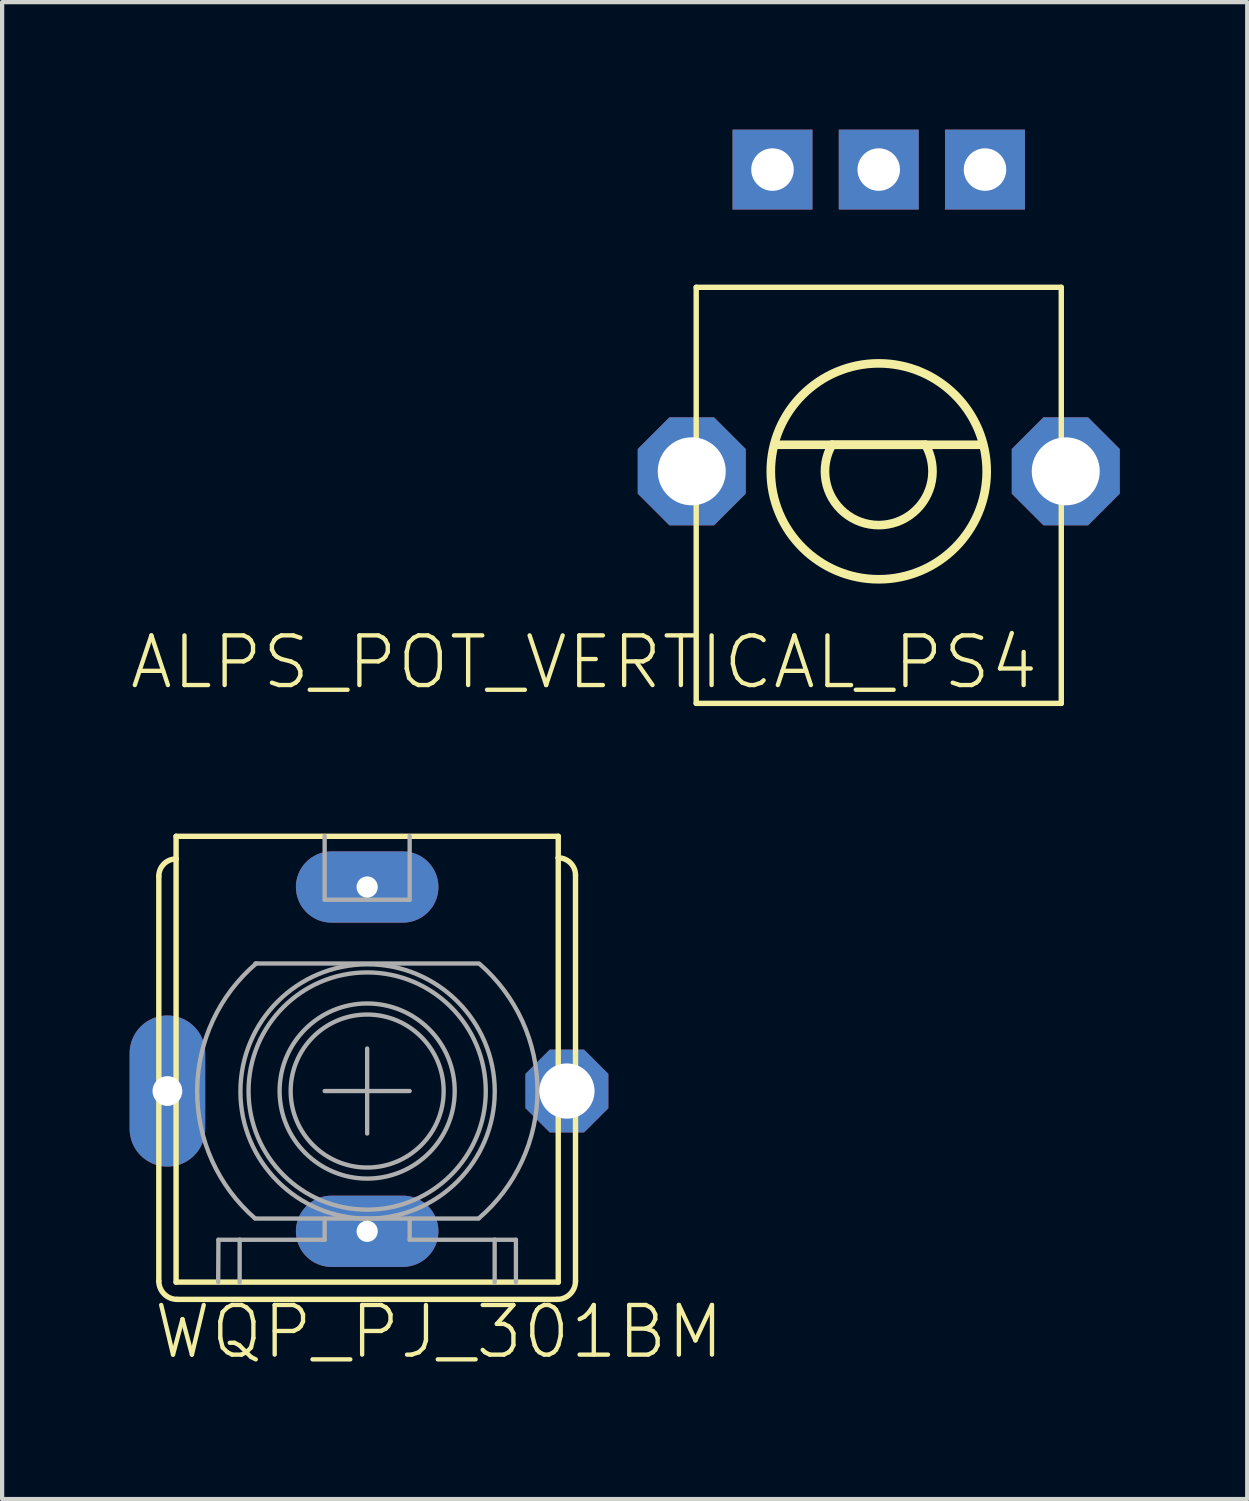
<source format=kicad_pcb>
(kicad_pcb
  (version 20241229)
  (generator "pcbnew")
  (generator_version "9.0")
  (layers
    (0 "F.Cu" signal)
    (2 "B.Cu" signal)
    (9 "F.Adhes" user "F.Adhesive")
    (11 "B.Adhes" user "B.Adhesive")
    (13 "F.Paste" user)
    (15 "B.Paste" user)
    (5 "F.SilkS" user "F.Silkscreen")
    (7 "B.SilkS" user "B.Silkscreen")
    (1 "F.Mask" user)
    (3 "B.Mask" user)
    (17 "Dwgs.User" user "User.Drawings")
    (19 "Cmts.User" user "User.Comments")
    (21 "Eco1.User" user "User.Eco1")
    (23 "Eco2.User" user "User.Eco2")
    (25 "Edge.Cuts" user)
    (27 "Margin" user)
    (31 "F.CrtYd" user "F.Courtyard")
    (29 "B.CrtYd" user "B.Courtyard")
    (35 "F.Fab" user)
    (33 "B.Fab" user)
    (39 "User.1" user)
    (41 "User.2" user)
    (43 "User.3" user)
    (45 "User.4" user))
  (footprint "ALPS_POT_VERTICAL_PS4"
    (layer "F.Cu")
    (at 17.626 8.04)
    (property "Reference" "ALPS_POT_VERTICAL_PS4" (at 3.81 3.81 0) (unlocked yes) (layer "F.SilkS") (effects (font (size 1.168 1.168) (thickness 0.102)) (justify right top)))
    (fp_line (start -4.295 -4.33) (end 4.295 -4.33) (stroke (width 0.127) (type solid)) (layer "F.SilkS"))
    (fp_line (start -4.295 5.46) (end -4.295 -4.33) (stroke (width 0.127) (type solid)) (layer "F.SilkS"))
    (fp_line (start -2.45 -0.625) (end 2.425 -0.625) (stroke (width 0.203) (type solid)) (layer "F.SilkS"))
    (fp_line (start -1.1 -0.625) (end 1.1 -0.625) (stroke (width 0.203) (type solid)) (layer "F.SilkS"))
    (fp_line (start 4.295 -4.33) (end 4.295 5.46) (stroke (width 0.127) (type solid)) (layer "F.SilkS"))
    (fp_line (start 4.295 5.46) (end -4.295 5.46) (stroke (width 0.127) (type solid)) (layer "F.SilkS"))
    (fp_arc (start 1.1 -0.625) (mid 0 1.265158) (end -1.1 -0.625) (stroke (width 0.2032) (type solid)) (layer "F.SilkS"))
    (fp_circle (center 0 0) (end 2.54 0) (stroke (width 0.203) (type solid)) (fill no) (layer "F.SilkS"))
    (pad "P$1" thru_hole rect (at -2.5 -7.1 270) (size 1.88 1.88) (drill 1) (layers "*.Cu" "*.Mask"))
    (pad "P$2" thru_hole rect (at 0 -7.1 270) (size 1.88 1.88) (drill 1) (layers "*.Cu" "*.Mask"))
    (pad "P$3" thru_hole rect (at 2.5 -7.1 270) (size 1.88 1.88) (drill 1) (layers "*.Cu" "*.Mask"))
    (pad "P$4" thru_hole roundrect (at -4.4 0 270) (size 2.54 2.54) (drill 1.6) (layers "*.Cu" "*.Mask") (roundrect_rratio 0.25) (chamfer_ratio 0.293) (chamfer top_left top_right bottom_left bottom_right))
    (pad "P$5" thru_hole roundrect (at 4.4 0 270) (size 2.54 2.54) (drill 1.6) (layers "*.Cu" "*.Mask") (roundrect_rratio 0.25) (chamfer_ratio 0.293) (chamfer top_left top_right bottom_left bottom_right)))
  (footprint "WQP_PJ_301BM"
    (layer "F.Cu")
    (at 5.589 22.621)
    (property "Reference" "WQP_PJ_301BM" (at -5.08 6.35 0) (unlocked yes) (layer "F.SilkS") (effects (font (size 1.168 1.168) (thickness 0.102)) (justify left bottom)))
    (fp_line (start -4.902 4.47) (end -4.902 -5.055) (stroke (width 0.127) (type solid)) (layer "F.SilkS"))
    (fp_line (start -4.496 -5.994) (end 4.496 -5.994) (stroke (width 0.127) (type solid)) (layer "F.SilkS"))
    (fp_line (start -4.496 -5.461) (end -4.496 -5.994) (stroke (width 0.127) (type solid)) (layer "F.SilkS"))
    (fp_line (start -4.496 4.496) (end -4.496 -5.461) (stroke (width 0.127) (type solid)) (layer "F.SilkS"))
    (fp_line (start 4.47 4.902) (end -4.47 4.902) (stroke (width 0.127) (type solid)) (layer "F.SilkS"))
    (fp_line (start 4.496 -5.994) (end 4.496 -5.486) (stroke (width 0.127) (type solid)) (layer "F.SilkS"))
    (fp_line (start 4.496 -5.486) (end 4.496 4.496) (stroke (width 0.127) (type solid)) (layer "F.SilkS"))
    (fp_line (start 4.496 4.496) (end -4.496 4.496) (stroke (width 0.127) (type solid)) (layer "F.SilkS"))
    (fp_line (start 4.902 -5.08) (end 4.902 4.47) (stroke (width 0.127) (type solid)) (layer "F.SilkS"))
    (fp_arc (start -4.9022 -5.0546) (mid -4.783168 -5.341968) (end -4.4958 -5.461) (stroke (width 0.127) (type solid)) (layer "F.SilkS"))
    (fp_arc (start -4.4704 4.9022) (mid -4.775729 4.775729) (end -4.9022 4.4704) (stroke (width 0.127) (type solid)) (layer "F.SilkS"))
    (fp_arc (start 4.4958 -5.4864) (mid 4.783168 -5.367368) (end 4.9022 -5.08) (stroke (width 0.127) (type solid)) (layer "F.SilkS"))
    (fp_arc (start 4.9022 4.4704) (mid 4.775729 4.775729) (end 4.4704 4.9022) (stroke (width 0.127) (type solid)) (layer "F.SilkS"))
    (fp_line (start -3.505 4.496) (end -3.5 3.5) (stroke (width 0.102) (type solid)) (layer "F.Fab"))
    (fp_line (start -3.5 3.5) (end -3 3.5) (stroke (width 0.102) (type solid)) (layer "F.Fab"))
    (fp_line (start -3 3.5) (end -3 4.5) (stroke (width 0.102) (type solid)) (layer "F.Fab"))
    (fp_line (start -3 3.5) (end -1 3.5) (stroke (width 0.102) (type solid)) (layer "F.Fab"))
    (fp_line (start -2.631 -3) (end 2.62 -3) (stroke (width 0.102) (type solid)) (layer "F.Fab"))
    (fp_line (start -2.631 3) (end 2.62 3) (stroke (width 0.102) (type solid)) (layer "F.Fab"))
    (fp_line (start -1 -4.5) (end -1 -6) (stroke (width 0.102) (type solid)) (layer "F.Fab"))
    (fp_line (start -1 0) (end 1 0) (stroke (width 0.102) (type solid)) (layer "F.Fab"))
    (fp_line (start -1 3.5) (end -1 3) (stroke (width 0.102) (type solid)) (layer "F.Fab"))
    (fp_line (start 0 -1) (end 0 1) (stroke (width 0.102) (type solid)) (layer "F.Fab"))
    (fp_line (start 1 -6) (end 1 -4.5) (stroke (width 0.102) (type solid)) (layer "F.Fab"))
    (fp_line (start 1 -4.5) (end -1 -4.5) (stroke (width 0.102) (type solid)) (layer "F.Fab"))
    (fp_line (start 1 3) (end 1 3.5) (stroke (width 0.102) (type solid)) (layer "F.Fab"))
    (fp_line (start 1 3.5) (end 3 3.5) (stroke (width 0.102) (type solid)) (layer "F.Fab"))
    (fp_line (start 3 3.5) (end 3 4.5) (stroke (width 0.102) (type solid)) (layer "F.Fab"))
    (fp_line (start 3 3.5) (end 3.5 3.5) (stroke (width 0.102) (type solid)) (layer "F.Fab"))
    (fp_line (start 3.5 3.5) (end 3.5 4.5) (stroke (width 0.102) (type solid)) (layer "F.Fab"))
    (fp_arc (start -2.641998 2.994) (mid -3.999529 -0.012791) (end -2.608 -3.004) (stroke (width 0.1016) (type solid)) (layer "F.Fab"))
    (fp_arc (start 2.642 -2.994) (mid 4.007235 0.003208) (end 2.628 2.994) (stroke (width 0.1016) (type solid)) (layer "F.Fab"))
    (fp_circle (center 0 0) (end 1.8 0) (stroke (width 0.102) (type solid)) (fill no) (layer "F.Fab"))
    (fp_circle (center 0 0) (end 2.06 0) (stroke (width 0.102) (type solid)) (fill no) (layer "F.Fab"))
    (fp_circle (center 0 0) (end 2.791 0) (stroke (width 0.102) (type solid)) (fill no) (layer "F.Fab"))
    (fp_circle (center 0.01 0.01) (end 3.002 0.01) (stroke (width 0.102) (type solid)) (fill no) (layer "F.Fab"))
    (pad "GND" thru_hole oval (at -4.7 0 90) (size 3.556 1.778) (drill 0.7) (layers "*.Cu" "*.Mask"))
    (pad "GND2" thru_hole roundrect (at 4.7 0) (size 1.95 1.95) (drill 1.3) (layers "*.Cu" "*.Mask") (roundrect_rratio 0.25) (chamfer_ratio 0.293) (chamfer top_left top_right bottom_left bottom_right))
    (pad "SW" thru_hole oval (at 0 3.3) (size 3.353 1.676) (drill 0.5) (layers "*.Cu" "*.Mask"))
    (pad "TIP" thru_hole oval (at 0 -4.8) (size 3.353 1.676) (drill 0.5) (layers "*.Cu" "*.Mask")))
  (gr_rect
    (start -3 -3)
    (end 26.296 32.222)
    (stroke (width 0.1) (type default))
    (fill no)
    (layer "Edge.Cuts")))
</source>
